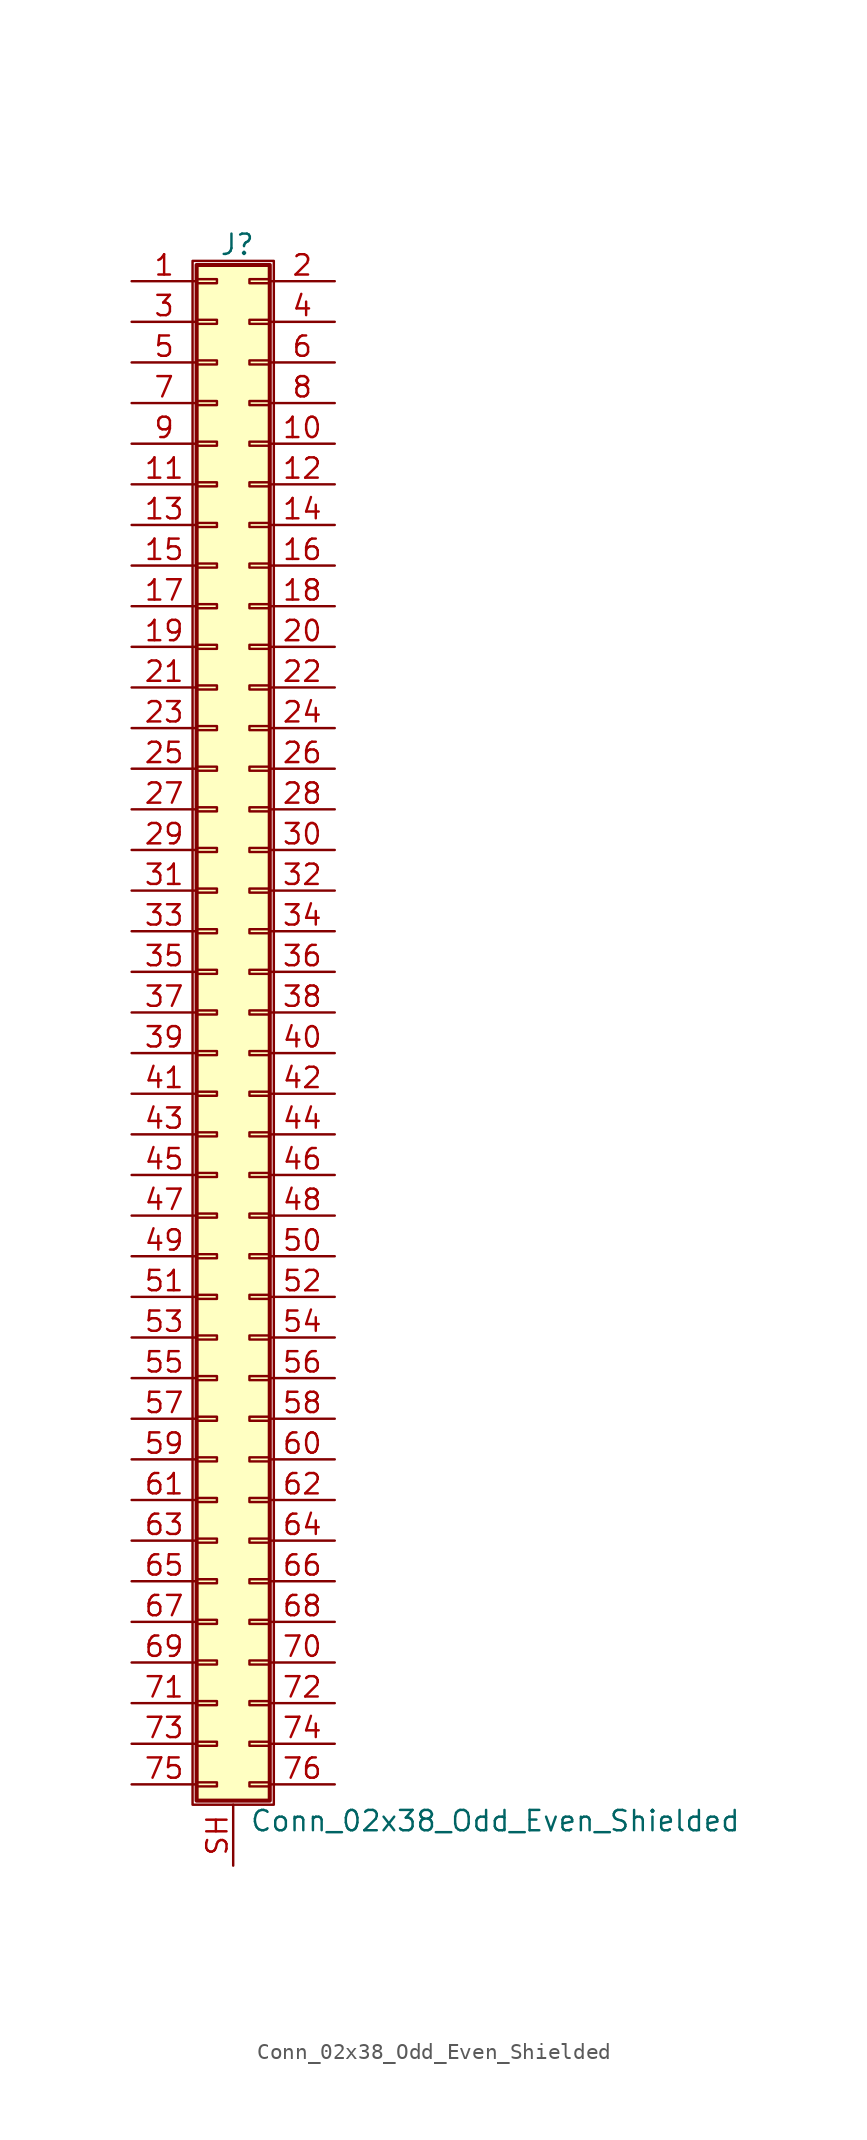
<source format=kicad_sym>
(kicad_symbol_lib
  (version 20201005)
  (generator kicad_symbol_editor)
  (symbol "Connector_Generic_Shielded:Conn_02x38_Odd_Even_Shielded"
    (pin_names
      (offset 1.016) hide)
    (property "Reference" "J"
      (at 1.524 48.006 0)
      (effects (font (size 1.27 1.27))))
    (property "Value" "Conn_02x38_Odd_Even_Shielded"
      (at 2.286 -50.546 0)
      (effects (font (size 1.27 1.27)) (justify left)))
    (symbol "Conn_02x38_Odd_Even_Shielded_1_1"
      (rectangle (start -1.016 -27.813) (end 0.254 -28.067) (stroke (width 0.152)) (fill (type none)))
      (rectangle (start -1.016 -30.353) (end 0.254 -30.607) (stroke (width 0.152)) (fill (type none)))
      (rectangle (start -1.016 -32.893) (end 0.254 -33.147) (stroke (width 0.152)) (fill (type none)))
      (rectangle (start -1.016 -35.433) (end 0.254 -35.687) (stroke (width 0.152)) (fill (type none)))
      (rectangle (start -1.016 -37.973) (end 0.254 -38.227) (stroke (width 0.152)) (fill (type none)))
      (rectangle (start -1.016 -40.513) (end 0.254 -40.767) (stroke (width 0.152)) (fill (type none)))
      (rectangle (start -1.016 -43.053) (end 0.254 -43.307) (stroke (width 0.152)) (fill (type none)))
      (rectangle (start -1.016 -45.593) (end 0.254 -45.847) (stroke (width 0.152)) (fill (type none)))
      (rectangle (start -1.016 -48.133) (end 0.254 -48.387) (stroke (width 0.152)) (fill (type none)))
      (rectangle (start -1.016 -4.953) (end 0.254 -5.207) (stroke (width 0.152)) (fill (type none)))
      (rectangle (start -1.016 -7.493) (end 0.254 -7.747) (stroke (width 0.152)) (fill (type none)))
      (rectangle (start -1.016 -10.033) (end 0.254 -10.287) (stroke (width 0.152)) (fill (type none)))
      (rectangle (start -1.016 -12.573) (end 0.254 -12.827) (stroke (width 0.152)) (fill (type none)))
      (rectangle (start -1.016 -15.113) (end 0.254 -15.367) (stroke (width 0.152)) (fill (type none)))
      (rectangle (start -1.016 -17.653) (end 0.254 -17.907) (stroke (width 0.152)) (fill (type none)))
      (rectangle (start -1.016 -20.193) (end 0.254 -20.447) (stroke (width 0.152)) (fill (type none)))
      (rectangle (start -1.016 -22.733) (end 0.254 -22.987) (stroke (width 0.152)) (fill (type none)))
      (rectangle (start -1.016 -2.413) (end 0.254 -2.667) (stroke (width 0.152)) (fill (type none)))
      (rectangle (start -1.016 -25.273) (end 0.254 -25.527) (stroke (width 0.152)) (fill (type none)))
      (rectangle (start -1.016 25.527) (end 0.254 25.273) (stroke (width 0.152)) (fill (type none)))
      (rectangle (start -1.016 2.667) (end 0.254 2.413) (stroke (width 0.152)) (fill (type none)))
      (rectangle (start -1.016 28.067) (end 0.254 27.813) (stroke (width 0.152)) (fill (type none)))
      (rectangle (start -1.016 30.607) (end 0.254 30.353) (stroke (width 0.152)) (fill (type none)))
      (rectangle (start -1.016 33.147) (end 0.254 32.893) (stroke (width 0.152)) (fill (type none)))
      (rectangle (start -1.016 35.687) (end 0.254 35.433) (stroke (width 0.152)) (fill (type none)))
      (rectangle (start -1.016 38.227) (end 0.254 37.973) (stroke (width 0.152)) (fill (type none)))
      (rectangle (start -1.016 40.767) (end 0.254 40.513) (stroke (width 0.152)) (fill (type none)))
      (rectangle (start -1.016 43.307) (end 0.254 43.053) (stroke (width 0.152)) (fill (type none)))
      (rectangle (start -1.016 45.847) (end 0.254 45.593) (stroke (width 0.152)) (fill (type none)))
      (rectangle (start -1.016 46.736) (end 3.556 -49.276) (stroke (width 0.254)) (fill (type background)))
      (rectangle (start -1.016 5.207) (end 0.254 4.953) (stroke (width 0.152)) (fill (type none)))
      (rectangle (start -1.016 7.747) (end 0.254 7.493) (stroke (width 0.152)) (fill (type none)))
      (rectangle (start -1.016 10.287) (end 0.254 10.033) (stroke (width 0.152)) (fill (type none)))
      (rectangle (start -1.016 0.127) (end 0.254 -0.127) (stroke (width 0.152)) (fill (type none)))
      (rectangle (start -1.016 12.827) (end 0.254 12.573) (stroke (width 0.152)) (fill (type none)))
      (rectangle (start -1.016 15.367) (end 0.254 15.113) (stroke (width 0.152)) (fill (type none)))
      (rectangle (start -1.016 17.907) (end 0.254 17.653) (stroke (width 0.152)) (fill (type none)))
      (rectangle (start -1.016 20.447) (end 0.254 20.193) (stroke (width 0.152)) (fill (type none)))
      (rectangle (start -1.016 22.987) (end 0.254 22.733) (stroke (width 0.152)) (fill (type none)))
      (rectangle (start -1.27 46.99) (end 3.81 -49.53) (stroke (width 0.152)) (fill (type none)))
      (rectangle (start 3.556 -27.813) (end 2.286 -28.067) (stroke (width 0.152)) (fill (type none)))
      (rectangle (start 3.556 -30.353) (end 2.286 -30.607) (stroke (width 0.152)) (fill (type none)))
      (rectangle (start 3.556 -32.893) (end 2.286 -33.147) (stroke (width 0.152)) (fill (type none)))
      (rectangle (start 3.556 -35.433) (end 2.286 -35.687) (stroke (width 0.152)) (fill (type none)))
      (rectangle (start 3.556 -37.973) (end 2.286 -38.227) (stroke (width 0.152)) (fill (type none)))
      (rectangle (start 3.556 -40.513) (end 2.286 -40.767) (stroke (width 0.152)) (fill (type none)))
      (rectangle (start 3.556 -43.053) (end 2.286 -43.307) (stroke (width 0.152)) (fill (type none)))
      (rectangle (start 3.556 -45.593) (end 2.286 -45.847) (stroke (width 0.152)) (fill (type none)))
      (rectangle (start 3.556 -48.133) (end 2.286 -48.387) (stroke (width 0.152)) (fill (type none)))
      (rectangle (start 3.556 -4.953) (end 2.286 -5.207) (stroke (width 0.152)) (fill (type none)))
      (rectangle (start 3.556 -7.493) (end 2.286 -7.747) (stroke (width 0.152)) (fill (type none)))
      (rectangle (start 3.556 -10.033) (end 2.286 -10.287) (stroke (width 0.152)) (fill (type none)))
      (rectangle (start 3.556 -12.573) (end 2.286 -12.827) (stroke (width 0.152)) (fill (type none)))
      (rectangle (start 3.556 -15.113) (end 2.286 -15.367) (stroke (width 0.152)) (fill (type none)))
      (rectangle (start 3.556 -17.653) (end 2.286 -17.907) (stroke (width 0.152)) (fill (type none)))
      (rectangle (start 3.556 -20.193) (end 2.286 -20.447) (stroke (width 0.152)) (fill (type none)))
      (rectangle (start 3.556 -22.733) (end 2.286 -22.987) (stroke (width 0.152)) (fill (type none)))
      (rectangle (start 3.556 -2.413) (end 2.286 -2.667) (stroke (width 0.152)) (fill (type none)))
      (rectangle (start 3.556 -25.273) (end 2.286 -25.527) (stroke (width 0.152)) (fill (type none)))
      (rectangle (start 3.556 25.527) (end 2.286 25.273) (stroke (width 0.152)) (fill (type none)))
      (rectangle (start 3.556 2.667) (end 2.286 2.413) (stroke (width 0.152)) (fill (type none)))
      (rectangle (start 3.556 28.067) (end 2.286 27.813) (stroke (width 0.152)) (fill (type none)))
      (rectangle (start 3.556 30.607) (end 2.286 30.353) (stroke (width 0.152)) (fill (type none)))
      (rectangle (start 3.556 33.147) (end 2.286 32.893) (stroke (width 0.152)) (fill (type none)))
      (rectangle (start 3.556 35.687) (end 2.286 35.433) (stroke (width 0.152)) (fill (type none)))
      (rectangle (start 3.556 38.227) (end 2.286 37.973) (stroke (width 0.152)) (fill (type none)))
      (rectangle (start 3.556 40.767) (end 2.286 40.513) (stroke (width 0.152)) (fill (type none)))
      (rectangle (start 3.556 43.307) (end 2.286 43.053) (stroke (width 0.152)) (fill (type none)))
      (rectangle (start 3.556 45.847) (end 2.286 45.593) (stroke (width 0.152)) (fill (type none)))
      (rectangle (start 3.556 5.207) (end 2.286 4.953) (stroke (width 0.152)) (fill (type none)))
      (rectangle (start 3.556 7.747) (end 2.286 7.493) (stroke (width 0.152)) (fill (type none)))
      (rectangle (start 3.556 10.287) (end 2.286 10.033) (stroke (width 0.152)) (fill (type none)))
      (rectangle (start 3.556 0.127) (end 2.286 -0.127) (stroke (width 0.152)) (fill (type none)))
      (rectangle (start 3.556 12.827) (end 2.286 12.573) (stroke (width 0.152)) (fill (type none)))
      (rectangle (start 3.556 15.367) (end 2.286 15.113) (stroke (width 0.152)) (fill (type none)))
      (rectangle (start 3.556 17.907) (end 2.286 17.653) (stroke (width 0.152)) (fill (type none)))
      (rectangle (start 3.556 20.447) (end 2.286 20.193) (stroke (width 0.152)) (fill (type none)))
      (rectangle (start 3.556 22.987) (end 2.286 22.733) (stroke (width 0.152)) (fill (type none)))
      (pin passive line (at -5.08 45.72 0) (length 4.064) (name "Pin_1" (effects (font (size 1.27 1.27)))) (number "1" (effects (font (size 1.27 1.27)))))
      (pin passive line (at 7.62 35.56 180) (length 4.064) (name "Pin_10" (effects (font (size 1.27 1.27)))) (number "10" (effects (font (size 1.27 1.27)))))
      (pin passive line (at -5.08 33.02 0) (length 4.064) (name "Pin_11" (effects (font (size 1.27 1.27)))) (number "11" (effects (font (size 1.27 1.27)))))
      (pin passive line (at 7.62 33.02 180) (length 4.064) (name "Pin_12" (effects (font (size 1.27 1.27)))) (number "12" (effects (font (size 1.27 1.27)))))
      (pin passive line (at -5.08 30.48 0) (length 4.064) (name "Pin_13" (effects (font (size 1.27 1.27)))) (number "13" (effects (font (size 1.27 1.27)))))
      (pin passive line (at 7.62 30.48 180) (length 4.064) (name "Pin_14" (effects (font (size 1.27 1.27)))) (number "14" (effects (font (size 1.27 1.27)))))
      (pin passive line (at -5.08 27.94 0) (length 4.064) (name "Pin_15" (effects (font (size 1.27 1.27)))) (number "15" (effects (font (size 1.27 1.27)))))
      (pin passive line (at 7.62 27.94 180) (length 4.064) (name "Pin_16" (effects (font (size 1.27 1.27)))) (number "16" (effects (font (size 1.27 1.27)))))
      (pin passive line (at -5.08 25.4 0) (length 4.064) (name "Pin_17" (effects (font (size 1.27 1.27)))) (number "17" (effects (font (size 1.27 1.27)))))
      (pin passive line (at 7.62 25.4 180) (length 4.064) (name "Pin_18" (effects (font (size 1.27 1.27)))) (number "18" (effects (font (size 1.27 1.27)))))
      (pin passive line (at -5.08 22.86 0) (length 4.064) (name "Pin_19" (effects (font (size 1.27 1.27)))) (number "19" (effects (font (size 1.27 1.27)))))
      (pin passive line (at 7.62 45.72 180) (length 4.064) (name "Pin_2" (effects (font (size 1.27 1.27)))) (number "2" (effects (font (size 1.27 1.27)))))
      (pin passive line (at 7.62 22.86 180) (length 4.064) (name "Pin_20" (effects (font (size 1.27 1.27)))) (number "20" (effects (font (size 1.27 1.27)))))
      (pin passive line (at -5.08 20.32 0) (length 4.064) (name "Pin_21" (effects (font (size 1.27 1.27)))) (number "21" (effects (font (size 1.27 1.27)))))
      (pin passive line (at 7.62 20.32 180) (length 4.064) (name "Pin_22" (effects (font (size 1.27 1.27)))) (number "22" (effects (font (size 1.27 1.27)))))
      (pin passive line (at -5.08 17.78 0) (length 4.064) (name "Pin_23" (effects (font (size 1.27 1.27)))) (number "23" (effects (font (size 1.27 1.27)))))
      (pin passive line (at 7.62 17.78 180) (length 4.064) (name "Pin_24" (effects (font (size 1.27 1.27)))) (number "24" (effects (font (size 1.27 1.27)))))
      (pin passive line (at -5.08 15.24 0) (length 4.064) (name "Pin_25" (effects (font (size 1.27 1.27)))) (number "25" (effects (font (size 1.27 1.27)))))
      (pin passive line (at 7.62 15.24 180) (length 4.064) (name "Pin_26" (effects (font (size 1.27 1.27)))) (number "26" (effects (font (size 1.27 1.27)))))
      (pin passive line (at -5.08 12.7 0) (length 4.064) (name "Pin_27" (effects (font (size 1.27 1.27)))) (number "27" (effects (font (size 1.27 1.27)))))
      (pin passive line (at 7.62 12.7 180) (length 4.064) (name "Pin_28" (effects (font (size 1.27 1.27)))) (number "28" (effects (font (size 1.27 1.27)))))
      (pin passive line (at -5.08 10.16 0) (length 4.064) (name "Pin_29" (effects (font (size 1.27 1.27)))) (number "29" (effects (font (size 1.27 1.27)))))
      (pin passive line (at -5.08 43.18 0) (length 4.064) (name "Pin_3" (effects (font (size 1.27 1.27)))) (number "3" (effects (font (size 1.27 1.27)))))
      (pin passive line (at 7.62 10.16 180) (length 4.064) (name "Pin_30" (effects (font (size 1.27 1.27)))) (number "30" (effects (font (size 1.27 1.27)))))
      (pin passive line (at -5.08 7.62 0) (length 4.064) (name "Pin_31" (effects (font (size 1.27 1.27)))) (number "31" (effects (font (size 1.27 1.27)))))
      (pin passive line (at 7.62 7.62 180) (length 4.064) (name "Pin_32" (effects (font (size 1.27 1.27)))) (number "32" (effects (font (size 1.27 1.27)))))
      (pin passive line (at -5.08 5.08 0) (length 4.064) (name "Pin_33" (effects (font (size 1.27 1.27)))) (number "33" (effects (font (size 1.27 1.27)))))
      (pin passive line (at 7.62 5.08 180) (length 4.064) (name "Pin_34" (effects (font (size 1.27 1.27)))) (number "34" (effects (font (size 1.27 1.27)))))
      (pin passive line (at -5.08 2.54 0) (length 4.064) (name "Pin_35" (effects (font (size 1.27 1.27)))) (number "35" (effects (font (size 1.27 1.27)))))
      (pin passive line (at 7.62 2.54 180) (length 4.064) (name "Pin_36" (effects (font (size 1.27 1.27)))) (number "36" (effects (font (size 1.27 1.27)))))
      (pin passive line (at -5.08 0 0) (length 4.064) (name "Pin_37" (effects (font (size 1.27 1.27)))) (number "37" (effects (font (size 1.27 1.27)))))
      (pin passive line (at 7.62 0 180) (length 4.064) (name "Pin_38" (effects (font (size 1.27 1.27)))) (number "38" (effects (font (size 1.27 1.27)))))
      (pin passive line (at -5.08 -2.54 0) (length 4.064) (name "Pin_39" (effects (font (size 1.27 1.27)))) (number "39" (effects (font (size 1.27 1.27)))))
      (pin passive line (at 7.62 43.18 180) (length 4.064) (name "Pin_4" (effects (font (size 1.27 1.27)))) (number "4" (effects (font (size 1.27 1.27)))))
      (pin passive line (at 7.62 -2.54 180) (length 4.064) (name "Pin_40" (effects (font (size 1.27 1.27)))) (number "40" (effects (font (size 1.27 1.27)))))
      (pin passive line (at -5.08 -5.08 0) (length 4.064) (name "Pin_41" (effects (font (size 1.27 1.27)))) (number "41" (effects (font (size 1.27 1.27)))))
      (pin passive line (at 7.62 -5.08 180) (length 4.064) (name "Pin_42" (effects (font (size 1.27 1.27)))) (number "42" (effects (font (size 1.27 1.27)))))
      (pin passive line (at -5.08 -7.62 0) (length 4.064) (name "Pin_43" (effects (font (size 1.27 1.27)))) (number "43" (effects (font (size 1.27 1.27)))))
      (pin passive line (at 7.62 -7.62 180) (length 4.064) (name "Pin_44" (effects (font (size 1.27 1.27)))) (number "44" (effects (font (size 1.27 1.27)))))
      (pin passive line (at -5.08 -10.16 0) (length 4.064) (name "Pin_45" (effects (font (size 1.27 1.27)))) (number "45" (effects (font (size 1.27 1.27)))))
      (pin passive line (at 7.62 -10.16 180) (length 4.064) (name "Pin_46" (effects (font (size 1.27 1.27)))) (number "46" (effects (font (size 1.27 1.27)))))
      (pin passive line (at -5.08 -12.7 0) (length 4.064) (name "Pin_47" (effects (font (size 1.27 1.27)))) (number "47" (effects (font (size 1.27 1.27)))))
      (pin passive line (at 7.62 -12.7 180) (length 4.064) (name "Pin_48" (effects (font (size 1.27 1.27)))) (number "48" (effects (font (size 1.27 1.27)))))
      (pin passive line (at -5.08 -15.24 0) (length 4.064) (name "Pin_49" (effects (font (size 1.27 1.27)))) (number "49" (effects (font (size 1.27 1.27)))))
      (pin passive line (at -5.08 40.64 0) (length 4.064) (name "Pin_5" (effects (font (size 1.27 1.27)))) (number "5" (effects (font (size 1.27 1.27)))))
      (pin passive line (at 7.62 -15.24 180) (length 4.064) (name "Pin_50" (effects (font (size 1.27 1.27)))) (number "50" (effects (font (size 1.27 1.27)))))
      (pin passive line (at -5.08 -17.78 0) (length 4.064) (name "Pin_51" (effects (font (size 1.27 1.27)))) (number "51" (effects (font (size 1.27 1.27)))))
      (pin passive line (at 7.62 -17.78 180) (length 4.064) (name "Pin_52" (effects (font (size 1.27 1.27)))) (number "52" (effects (font (size 1.27 1.27)))))
      (pin passive line (at -5.08 -20.32 0) (length 4.064) (name "Pin_53" (effects (font (size 1.27 1.27)))) (number "53" (effects (font (size 1.27 1.27)))))
      (pin passive line (at 7.62 -20.32 180) (length 4.064) (name "Pin_54" (effects (font (size 1.27 1.27)))) (number "54" (effects (font (size 1.27 1.27)))))
      (pin passive line (at -5.08 -22.86 0) (length 4.064) (name "Pin_55" (effects (font (size 1.27 1.27)))) (number "55" (effects (font (size 1.27 1.27)))))
      (pin passive line (at 7.62 -22.86 180) (length 4.064) (name "Pin_56" (effects (font (size 1.27 1.27)))) (number "56" (effects (font (size 1.27 1.27)))))
      (pin passive line (at -5.08 -25.4 0) (length 4.064) (name "Pin_57" (effects (font (size 1.27 1.27)))) (number "57" (effects (font (size 1.27 1.27)))))
      (pin passive line (at 7.62 -25.4 180) (length 4.064) (name "Pin_58" (effects (font (size 1.27 1.27)))) (number "58" (effects (font (size 1.27 1.27)))))
      (pin passive line (at -5.08 -27.94 0) (length 4.064) (name "Pin_59" (effects (font (size 1.27 1.27)))) (number "59" (effects (font (size 1.27 1.27)))))
      (pin passive line (at 7.62 40.64 180) (length 4.064) (name "Pin_6" (effects (font (size 1.27 1.27)))) (number "6" (effects (font (size 1.27 1.27)))))
      (pin passive line (at 7.62 -27.94 180) (length 4.064) (name "Pin_60" (effects (font (size 1.27 1.27)))) (number "60" (effects (font (size 1.27 1.27)))))
      (pin passive line (at -5.08 -30.48 0) (length 4.064) (name "Pin_61" (effects (font (size 1.27 1.27)))) (number "61" (effects (font (size 1.27 1.27)))))
      (pin passive line (at 7.62 -30.48 180) (length 4.064) (name "Pin_62" (effects (font (size 1.27 1.27)))) (number "62" (effects (font (size 1.27 1.27)))))
      (pin passive line (at -5.08 -33.02 0) (length 4.064) (name "Pin_63" (effects (font (size 1.27 1.27)))) (number "63" (effects (font (size 1.27 1.27)))))
      (pin passive line (at 7.62 -33.02 180) (length 4.064) (name "Pin_64" (effects (font (size 1.27 1.27)))) (number "64" (effects (font (size 1.27 1.27)))))
      (pin passive line (at -5.08 -35.56 0) (length 4.064) (name "Pin_65" (effects (font (size 1.27 1.27)))) (number "65" (effects (font (size 1.27 1.27)))))
      (pin passive line (at 7.62 -35.56 180) (length 4.064) (name "Pin_66" (effects (font (size 1.27 1.27)))) (number "66" (effects (font (size 1.27 1.27)))))
      (pin passive line (at -5.08 -38.1 0) (length 4.064) (name "Pin_67" (effects (font (size 1.27 1.27)))) (number "67" (effects (font (size 1.27 1.27)))))
      (pin passive line (at 7.62 -38.1 180) (length 4.064) (name "Pin_68" (effects (font (size 1.27 1.27)))) (number "68" (effects (font (size 1.27 1.27)))))
      (pin passive line (at -5.08 -40.64 0) (length 4.064) (name "Pin_69" (effects (font (size 1.27 1.27)))) (number "69" (effects (font (size 1.27 1.27)))))
      (pin passive line (at -5.08 38.1 0) (length 4.064) (name "Pin_7" (effects (font (size 1.27 1.27)))) (number "7" (effects (font (size 1.27 1.27)))))
      (pin passive line (at 7.62 -40.64 180) (length 4.064) (name "Pin_70" (effects (font (size 1.27 1.27)))) (number "70" (effects (font (size 1.27 1.27)))))
      (pin passive line (at -5.08 -43.18 0) (length 4.064) (name "Pin_71" (effects (font (size 1.27 1.27)))) (number "71" (effects (font (size 1.27 1.27)))))
      (pin passive line (at 7.62 -43.18 180) (length 4.064) (name "Pin_72" (effects (font (size 1.27 1.27)))) (number "72" (effects (font (size 1.27 1.27)))))
      (pin passive line (at -5.08 -45.72 0) (length 4.064) (name "Pin_73" (effects (font (size 1.27 1.27)))) (number "73" (effects (font (size 1.27 1.27)))))
      (pin passive line (at 7.62 -45.72 180) (length 4.064) (name "Pin_74" (effects (font (size 1.27 1.27)))) (number "74" (effects (font (size 1.27 1.27)))))
      (pin passive line (at -5.08 -48.26 0) (length 4.064) (name "Pin_75" (effects (font (size 1.27 1.27)))) (number "75" (effects (font (size 1.27 1.27)))))
      (pin passive line (at 7.62 -48.26 180) (length 4.064) (name "Pin_76" (effects (font (size 1.27 1.27)))) (number "76" (effects (font (size 1.27 1.27)))))
      (pin passive line (at 7.62 38.1 180) (length 4.064) (name "Pin_8" (effects (font (size 1.27 1.27)))) (number "8" (effects (font (size 1.27 1.27)))))
      (pin passive line (at -5.08 35.56 0) (length 4.064) (name "Pin_9" (effects (font (size 1.27 1.27)))) (number "9" (effects (font (size 1.27 1.27)))))
      (pin passive line (at 1.27 -53.34 90) (length 3.81) (name "Shield" (effects (font (size 1.27 1.27)))) (number "SH" (effects (font (size 1.27 1.27))))))))
</source>
